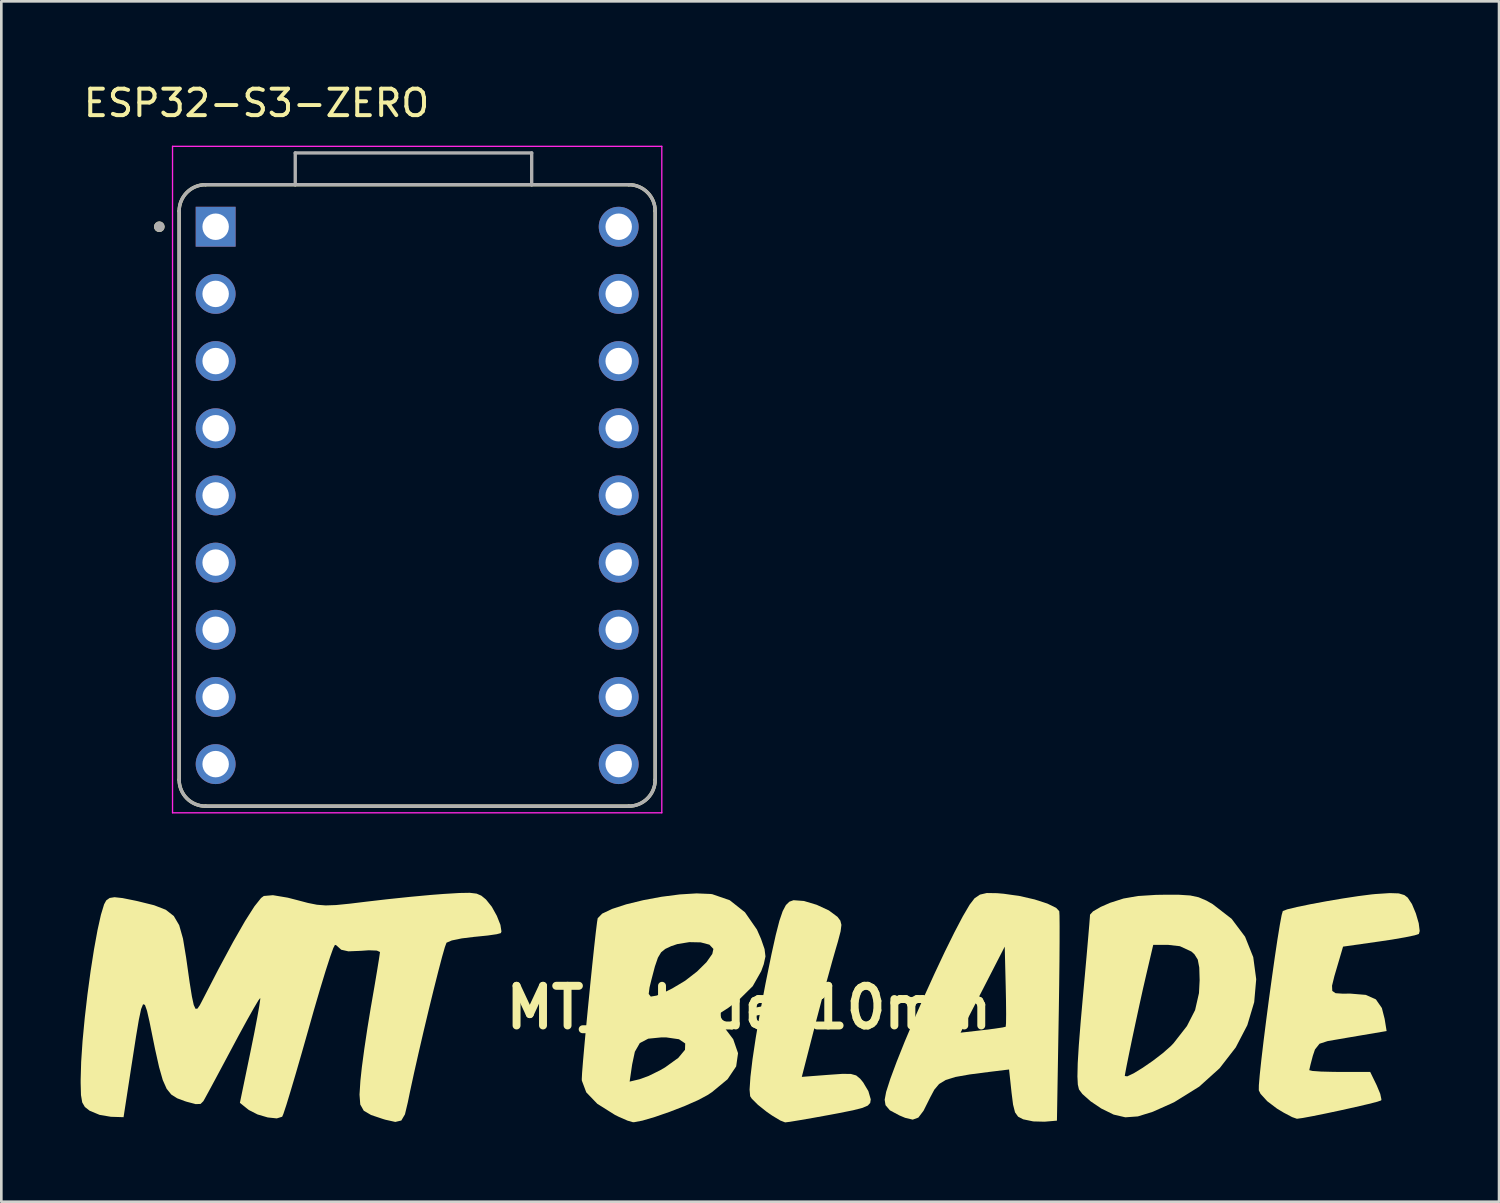
<source format=kicad_pcb>
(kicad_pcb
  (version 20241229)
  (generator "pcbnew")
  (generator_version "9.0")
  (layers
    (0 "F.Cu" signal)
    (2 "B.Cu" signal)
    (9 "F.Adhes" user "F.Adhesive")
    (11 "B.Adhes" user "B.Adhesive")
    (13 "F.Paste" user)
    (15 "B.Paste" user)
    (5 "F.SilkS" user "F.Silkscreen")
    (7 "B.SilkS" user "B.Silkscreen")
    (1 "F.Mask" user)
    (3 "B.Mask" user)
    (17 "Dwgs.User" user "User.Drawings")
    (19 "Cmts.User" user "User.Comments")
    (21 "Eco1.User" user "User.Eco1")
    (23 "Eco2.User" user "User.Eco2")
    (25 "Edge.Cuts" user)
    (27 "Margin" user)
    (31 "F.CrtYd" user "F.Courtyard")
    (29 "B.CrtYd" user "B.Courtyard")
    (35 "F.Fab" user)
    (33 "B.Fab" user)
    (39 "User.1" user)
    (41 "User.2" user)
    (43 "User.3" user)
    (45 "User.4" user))
  (footprint "MT_Blade_10mm"
    (layer "F.Cu")
    (at 25.268 35.047)
    (property "Reference" "MT_Blade_10mm" (at 0 0 0) (layer "F.SilkS") (effects (font (size 1.5 1.5) (thickness 0.3))))
    (attr board_only exclude_from_pos_files exclude_from_bom)
    (fp_poly (pts (xy 2.081 -4.029) (xy 2.562 -3.885) (xy 3.023 -3.672) (xy 3.347 -3.431) (xy 3.349 -3.429) (xy 3.457 -3.287) (xy 3.498 -3.126) (xy 3.467 -2.88) (xy 3.362 -2.482) (xy 3.284 -2.217) (xy 3.144 -1.728) (xy 2.961 -1.063) (xy 2.756 -0.3) (xy 2.55 0.483) (xy 2.498 0.686) (xy 2 2.622) (xy 3.016 2.544) (xy 3.532 2.508) (xy 3.855 2.511) (xy 4.056 2.567) (xy 4.207 2.692) (xy 4.32 2.83) (xy 4.517 3.161) (xy 4.606 3.467) (xy 4.606 3.482) (xy 4.586 3.608) (xy 4.496 3.707) (xy 4.295 3.794) (xy 3.939 3.885) (xy 3.385 3.996) (xy 3.06 4.057) (xy 2.445 4.169) (xy 1.92 4.26) (xy 1.542 4.322) (xy 1.369 4.343) (xy 1.186 4.271) (xy 0.879 4.086) (xy 0.672 3.943) (xy 0.34 3.678) (xy 0.107 3.445) (xy 0.047 3.354) (xy 0.025 3.102) (xy 0.057 2.626) (xy 0.136 1.958) (xy 0.26 1.131) (xy 0.423 0.177) (xy 0.621 -0.871) (xy 0.658 -1.056) (xy 0.853 -2.014) (xy 1.015 -2.744) (xy 1.152 -3.277) (xy 1.277 -3.644) (xy 1.399 -3.875) (xy 1.53 -4.002) (xy 1.68 -4.056) (xy 1.695 -4.058)) (stroke (width 0) (type solid)) (fill yes) (layer "F.SilkS"))
    (fp_poly (pts (xy 9.386 -4.324) (xy 9.639 -4.302) (xy 10.235 -4.217) (xy 10.804 -4.087) (xy 11.285 -3.931) (xy 11.617 -3.769) (xy 11.735 -3.643) (xy 11.744 -3.477) (xy 11.748 -3.081) (xy 11.747 -2.49) (xy 11.742 -1.739) (xy 11.732 -0.862) (xy 11.718 0.108) (xy 11.713 0.395) (xy 11.647 4.277) (xy 11.179 4.317) (xy 10.752 4.306) (xy 10.373 4.227) (xy 10.368 4.225) (xy 10.179 4.127) (xy 10.063 3.965) (xy 9.988 3.671) (xy 9.931 3.219) (xy 9.837 2.343) (xy 9.097 2.433) (xy 8.347 2.53) (xy 7.812 2.625) (xy 7.442 2.739) (xy 7.191 2.892) (xy 7.01 3.107) (xy 6.852 3.404) (xy 6.838 3.433) (xy 6.603 3.903) (xy 6.407 4.161) (xy 6.194 4.239) (xy 5.906 4.17) (xy 5.688 4.078) (xy 5.33 3.886) (xy 5.166 3.693) (xy 5.133 3.487) (xy 5.189 3.189) (xy 5.346 2.698) (xy 5.586 2.052) (xy 5.89 1.291) (xy 6.034 0.95) (xy 8.003 0.95) (xy 8.838 0.855) (xy 9.274 0.801) (xy 9.59 0.754) (xy 9.71 0.726) (xy 9.722 0.59) (xy 9.726 0.244) (xy 9.721 -0.258) (xy 9.71 -0.805) (xy 9.673 -2.303) (xy 8.838 -0.677) (xy 8.003 0.95) (xy 6.034 0.95) (xy 6.242 0.455) (xy 6.624 -0.415) (xy 7.017 -1.28) (xy 7.403 -2.1) (xy 7.766 -2.835) (xy 8.086 -3.445) (xy 8.347 -3.89) (xy 8.531 -4.13) (xy 8.532 -4.132) (xy 8.737 -4.27) (xy 8.993 -4.33)) (stroke (width 0) (type solid)) (fill yes) (layer "F.SilkS"))
    (fp_poly (pts (xy 16.267 -4.264) (xy 16.689 -4.237) (xy 17.005 -4.169) (xy 17.294 -4.046) (xy 17.532 -3.912) (xy 18.251 -3.356) (xy 18.761 -2.677) (xy 19.07 -1.905) (xy 19.182 -1.071) (xy 19.106 -0.203) (xy 18.846 0.667) (xy 18.408 1.509) (xy 17.8 2.294) (xy 17.027 2.991) (xy 16.095 3.57) (xy 15.99 3.621) (xy 15.271 3.942) (xy 14.707 4.117) (xy 14.234 4.151) (xy 13.791 4.048) (xy 13.32 3.816) (xy 12.92 3.546) (xy 12.608 3.269) (xy 12.48 3.096) (xy 12.437 2.913) (xy 12.421 2.592) (xy 12.422 2.589) (xy 14.213 2.589) (xy 14.307 2.602) (xy 14.551 2.486) (xy 14.891 2.278) (xy 15.275 2.013) (xy 15.646 1.728) (xy 15.952 1.459) (xy 16.056 1.35) (xy 16.562 0.701) (xy 16.871 0.097) (xy 17.018 -0.546) (xy 17.043 -1.032) (xy 17.029 -1.512) (xy 16.972 -1.812) (xy 16.848 -2.011) (xy 16.732 -2.117) (xy 16.296 -2.319) (xy 15.855 -2.369) (xy 15.288 -2.369) (xy 15.018 -1.216) (xy 14.901 -0.709) (xy 14.767 -0.102) (xy 14.626 0.55) (xy 14.489 1.193) (xy 14.369 1.772) (xy 14.276 2.233) (xy 14.222 2.522) (xy 14.213 2.589) (xy 12.422 2.589) (xy 12.433 2.107) (xy 12.474 1.431) (xy 12.545 0.54) (xy 12.618 -0.287) (xy 12.698 -1.163) (xy 12.769 -1.956) (xy 12.827 -2.625) (xy 12.87 -3.132) (xy 12.894 -3.439) (xy 12.898 -3.511) (xy 13.011 -3.636) (xy 13.305 -3.806) (xy 13.654 -3.959) (xy 14.164 -4.122) (xy 14.713 -4.217) (xy 15.397 -4.26) (xy 15.661 -4.264)) (stroke (width 0) (type solid)) (fill yes) (layer "F.SilkS"))
    (fp_poly (pts (xy 24.572 -4.316) (xy 24.785 -4.252) (xy 24.91 -4.156) (xy 25.071 -3.913) (xy 25.219 -3.558) (xy 25.327 -3.188) (xy 25.364 -2.893) (xy 25.333 -2.783) (xy 25.176 -2.731) (xy 24.815 -2.656) (xy 24.309 -2.568) (xy 23.858 -2.501) (xy 22.466 -2.303) (xy 22.304 -1.752) (xy 22.137 -1.185) (xy 22.049 -0.825) (xy 22.059 -0.627) (xy 22.182 -0.542) (xy 22.436 -0.525) (xy 22.745 -0.526) (xy 23.326 -0.478) (xy 23.707 -0.308) (xy 23.933 0.018) (xy 24.038 0.428) (xy 24.113 0.889) (xy 23.21 1.042) (xy 22.679 1.132) (xy 22.191 1.216) (xy 21.882 1.269) (xy 21.576 1.369) (xy 21.404 1.586) (xy 21.323 1.824) (xy 21.237 2.151) (xy 21.191 2.352) (xy 21.189 2.369) (xy 21.31 2.398) (xy 21.635 2.421) (xy 22.105 2.433) (xy 22.34 2.435) (xy 23.492 2.435) (xy 23.736 2.936) (xy 23.871 3.26) (xy 23.917 3.477) (xy 23.906 3.512) (xy 23.761 3.562) (xy 23.42 3.649) (xy 22.944 3.76) (xy 22.396 3.882) (xy 21.837 4.001) (xy 21.33 4.104) (xy 20.937 4.177) (xy 20.721 4.206) (xy 20.54 4.143) (xy 20.222 3.975) (xy 19.968 3.822) (xy 19.601 3.544) (xy 19.346 3.265) (xy 19.28 3.131) (xy 19.282 2.942) (xy 19.316 2.542) (xy 19.377 1.972) (xy 19.459 1.277) (xy 19.557 0.499) (xy 19.664 -0.319) (xy 19.776 -1.133) (xy 19.885 -1.902) (xy 19.986 -2.58) (xy 20.075 -3.126) (xy 20.144 -3.497) (xy 20.188 -3.649) (xy 20.354 -3.712) (xy 20.722 -3.801) (xy 21.234 -3.907) (xy 21.83 -4.018) (xy 22.454 -4.124) (xy 23.046 -4.214) (xy 23.547 -4.278) (xy 23.696 -4.292) (xy 24.231 -4.327)) (stroke (width 0) (type solid)) (fill yes) (layer "F.SilkS"))
    (fp_poly (pts (xy -1.448 -4.294) (xy -1.387 -4.286) (xy -0.724 -4.057) (xy -0.149 -3.601) (xy 0.303 -2.948) (xy 0.457 -2.599) (xy 0.592 -2.209) (xy 0.626 -1.932) (xy 0.561 -1.638) (xy 0.465 -1.374) (xy 0.144 -0.807) (xy -0.387 -0.282) (xy -0.421 -0.255) (xy -0.784 0.015) (xy -1.077 0.203) (xy -1.221 0.263) (xy -1.236 0.345) (xy -1.096 0.549) (xy -1.028 0.625) (xy -0.594 1.197) (xy -0.411 1.726) (xy -0.482 2.226) (xy -0.808 2.712) (xy -1.394 3.197) (xy -1.57 3.313) (xy -1.931 3.505) (xy -2.43 3.724) (xy -2.994 3.943) (xy -3.551 4.136) (xy -4.026 4.276) (xy -4.348 4.337) (xy -4.383 4.337) (xy -4.589 4.277) (xy -4.922 4.131) (xy -5.067 4.059) (xy -5.731 3.642) (xy -6.15 3.207) (xy -6.303 2.801) (xy -4.51 2.801) (xy -4.13 2.71) (xy -3.791 2.586) (xy -3.365 2.376) (xy -3.171 2.264) (xy -2.671 1.904) (xy -2.417 1.598) (xy -2.409 1.359) (xy -2.644 1.199) (xy -3.122 1.13) (xy -3.302 1.128) (xy -3.807 1.178) (xy -4.125 1.343) (xy -4.313 1.672) (xy -4.416 2.157) (xy -4.51 2.801) (xy -6.303 2.801) (xy -6.317 2.764) (xy -6.32 2.706) (xy -6.308 2.47) (xy -6.273 2.028) (xy -6.22 1.427) (xy -6.154 0.714) (xy -6.079 -0.062) (xy -6.034 -0.515) (xy -3.789 -0.515) (xy -3.711 -0.414) (xy -3.487 -0.452) (xy -3.085 -0.629) (xy -2.895 -0.724) (xy -2.409 -1.015) (xy -1.961 -1.362) (xy -1.603 -1.716) (xy -1.384 -2.028) (xy -1.343 -2.216) (xy -1.494 -2.377) (xy -1.823 -2.464) (xy -2.253 -2.473) (xy -2.708 -2.399) (xy -2.941 -2.32) (xy -3.161 -2.217) (xy -3.319 -2.089) (xy -3.441 -1.885) (xy -3.555 -1.552) (xy -3.69 -1.037) (xy -3.758 -0.757) (xy -3.789 -0.515) (xy -6.034 -0.515) (xy -6.001 -0.853) (xy -5.923 -1.613) (xy -5.851 -2.294) (xy -5.789 -2.848) (xy -5.742 -3.227) (xy -5.718 -3.376) (xy -5.55 -3.55) (xy -5.172 -3.729) (xy -4.637 -3.903) (xy -3.998 -4.059) (xy -3.306 -4.188) (xy -2.616 -4.277) (xy -1.979 -4.316)) (stroke (width 0) (type solid)) (fill yes) (layer "F.SilkS"))
    (fp_poly (pts (xy -10.296 -4.307) (xy -10.118 -4.23) (xy -9.956 -4.098) (xy -9.937 -4.08) (xy -9.724 -3.814) (xy -9.531 -3.467) (xy -9.396 -3.126) (xy -9.357 -2.875) (xy -9.381 -2.814) (xy -9.534 -2.773) (xy -9.878 -2.723) (xy -10.341 -2.676) (xy -10.381 -2.673) (xy -10.86 -2.614) (xy -11.236 -2.536) (xy -11.431 -2.453) (xy -11.435 -2.449) (xy -11.496 -2.286) (xy -11.604 -1.908) (xy -11.748 -1.359) (xy -11.919 -0.681) (xy -12.107 0.085) (xy -12.3 0.894) (xy -12.488 1.705) (xy -12.662 2.475) (xy -12.811 3.162) (xy -12.898 3.586) (xy -13.006 4.039) (xy -13.143 4.272) (xy -13.37 4.326) (xy -13.746 4.242) (xy -13.826 4.218) (xy -14.286 4.064) (xy -14.563 3.902) (xy -14.696 3.666) (xy -14.724 3.293) (xy -14.691 2.773) (xy -14.635 2.253) (xy -14.542 1.559) (xy -14.425 0.778) (xy -14.297 -0.006) (xy -14.278 -0.112) (xy -14.161 -0.787) (xy -14.063 -1.37) (xy -13.991 -1.813) (xy -13.954 -2.064) (xy -13.95 -2.1) (xy -14.068 -2.153) (xy -14.372 -2.165) (xy -14.656 -2.145) (xy -15.146 -2.125) (xy -15.418 -2.186) (xy -15.454 -2.221) (xy -15.609 -2.359) (xy -15.653 -2.369) (xy -15.716 -2.248) (xy -15.838 -1.906) (xy -16.008 -1.379) (xy -16.215 -0.699) (xy -16.449 0.099) (xy -16.654 0.823) (xy -16.903 1.7) (xy -17.133 2.495) (xy -17.333 3.17) (xy -17.493 3.692) (xy -17.603 4.024) (xy -17.648 4.129) (xy -17.852 4.192) (xy -18.194 4.156) (xy -18.579 4.043) (xy -18.91 3.874) (xy -18.958 3.837) (xy -19.247 3.603) (xy -18.841 1.643) (xy -18.703 0.961) (xy -18.591 0.377) (xy -18.513 -0.064) (xy -18.477 -0.318) (xy -18.478 -0.36) (xy -18.55 -0.265) (xy -18.723 0.026) (xy -18.976 0.475) (xy -19.286 1.043) (xy -19.518 1.477) (xy -19.864 2.126) (xy -20.172 2.702) (xy -20.419 3.16) (xy -20.581 3.457) (xy -20.629 3.541) (xy -20.734 3.645) (xy -20.918 3.652) (xy -21.257 3.563) (xy -21.326 3.541) (xy -21.618 3.432) (xy -21.842 3.29) (xy -22.017 3.072) (xy -22.164 2.74) (xy -22.303 2.251) (xy -22.456 1.566) (xy -22.549 1.108) (xy -22.666 0.53) (xy -22.759 0.124) (xy -22.837 -0.099) (xy -22.908 -0.125) (xy -22.982 0.058) (xy -23.068 0.462) (xy -23.175 1.099) (xy -23.312 1.981) (xy -23.342 2.172) (xy -23.646 4.146) (xy -24.124 4.131) (xy -24.551 4.059) (xy -24.924 3.904) (xy -24.935 3.898) (xy -25.109 3.76) (xy -25.209 3.588) (xy -25.256 3.309) (xy -25.268 2.853) (xy -25.268 2.728) (xy -25.249 2.053) (xy -25.196 1.262) (xy -25.114 0.398) (xy -25.011 -0.496) (xy -24.892 -1.377) (xy -24.763 -2.201) (xy -24.631 -2.926) (xy -24.502 -3.507) (xy -24.382 -3.902) (xy -24.301 -4.051) (xy -24.172 -4.143) (xy -23.988 -4.172) (xy -23.685 -4.139) (xy -23.2 -4.041) (xy -23.105 -4.02) (xy -22.491 -3.868) (xy -22.05 -3.697) (xy -21.747 -3.461) (xy -21.542 -3.113) (xy -21.399 -2.607) (xy -21.281 -1.894) (xy -21.255 -1.711) (xy -21.147 -0.948) (xy -21.062 -0.42) (xy -20.992 -0.097) (xy -20.925 0.048) (xy -20.851 0.041) (xy -20.762 -0.089) (xy -20.705 -0.197) (xy -20.057 -1.452) (xy -19.506 -2.476) (xy -19.053 -3.268) (xy -18.699 -3.824) (xy -18.446 -4.142) (xy -18.343 -4.218) (xy -17.997 -4.248) (xy -17.437 -4.154) (xy -17.084 -4.063) (xy -16.671 -3.954) (xy -16.334 -3.887) (xy -16.006 -3.861) (xy -15.615 -3.875) (xy -15.093 -3.927) (xy -14.477 -4.002) (xy -13.684 -4.094) (xy -12.832 -4.183) (xy -12.035 -4.257) (xy -11.545 -4.295) (xy -10.948 -4.331) (xy -10.553 -4.338)) (stroke (width 0) (type solid)) (fill yes) (layer "F.SilkS")))
  (footprint "ESP32-S3-ZERO"
    (layer "F.Cu")
    (at 12.724 15.683)
    (property "Reference" "ESP32-S3-ZERO" (at -6.075 -14.835 0) (layer "F.SilkS") (effects (font (size 1 1) (thickness 0.15))))
    (attr through_hole)
    (fp_line (start -9 10.75) (end -9 -10.75) (stroke (width 0.127) (type solid)) (layer "F.SilkS"))
    (fp_line (start -8 -11.75) (end -4.61 -11.75) (stroke (width 0.127) (type solid)) (layer "F.SilkS"))
    (fp_line (start -4.61 -11.75) (end 4.33 -11.75) (stroke (width 0.127) (type solid)) (layer "F.SilkS"))
    (fp_line (start 4.33 -11.75) (end 8 -11.75) (stroke (width 0.127) (type solid)) (layer "F.SilkS"))
    (fp_line (start 8 11.75) (end -8 11.75) (stroke (width 0.127) (type solid)) (layer "F.SilkS"))
    (fp_line (start 9 -10.75) (end 9 10.75) (stroke (width 0.127) (type solid)) (layer "F.SilkS"))
    (fp_arc (start -9 -10.75) (mid -8.707107 -11.457107) (end -8 -11.75) (stroke (width 0.127) (type solid)) (layer "F.SilkS"))
    (fp_arc (start -8 11.75) (mid -8.707107 11.457107) (end -9 10.75) (stroke (width 0.127) (type solid)) (layer "F.SilkS"))
    (fp_arc (start 8 -11.75) (mid 8.707107 -11.457107) (end 9 -10.75) (stroke (width 0.127) (type solid)) (layer "F.SilkS"))
    (fp_arc (start 9 10.75) (mid 8.707107 11.457107) (end 8 11.75) (stroke (width 0.127) (type solid)) (layer "F.SilkS"))
    (fp_circle (center -9.75 -10.16) (end -9.65 -10.16) (stroke (width 0.2) (type solid)) (fill no) (layer "F.SilkS"))
    (fp_line (start -9.25 -13.2) (end -9.25 12) (stroke (width 0.05) (type solid)) (layer "F.CrtYd"))
    (fp_line (start -9.25 12) (end 9.25 12) (stroke (width 0.05) (type solid)) (layer "F.CrtYd"))
    (fp_line (start 9.25 -13.2) (end -9.25 -13.2) (stroke (width 0.05) (type solid)) (layer "F.CrtYd"))
    (fp_line (start 9.25 12) (end 9.25 -13.2) (stroke (width 0.05) (type solid)) (layer "F.CrtYd"))
    (fp_line (start -9 10.75) (end -9 -10.75) (stroke (width 0.127) (type solid)) (layer "F.Fab"))
    (fp_line (start -8 -11.75) (end -4.61 -11.75) (stroke (width 0.127) (type solid)) (layer "F.Fab"))
    (fp_line (start -4.61 -12.95) (end 4.33 -12.95) (stroke (width 0.127) (type solid)) (layer "F.Fab"))
    (fp_line (start -4.61 -11.75) (end -4.61 -12.95) (stroke (width 0.127) (type solid)) (layer "F.Fab"))
    (fp_line (start -4.61 -11.75) (end 4.33 -11.75) (stroke (width 0.127) (type solid)) (layer "F.Fab"))
    (fp_line (start 4.33 -12.95) (end 4.33 -11.75) (stroke (width 0.127) (type solid)) (layer "F.Fab"))
    (fp_line (start 4.33 -11.75) (end 8 -11.75) (stroke (width 0.127) (type solid)) (layer "F.Fab"))
    (fp_line (start 8 11.75) (end -8 11.75) (stroke (width 0.127) (type solid)) (layer "F.Fab"))
    (fp_line (start 9 -10.75) (end 9 10.75) (stroke (width 0.127) (type solid)) (layer "F.Fab"))
    (fp_arc (start -9 -10.75) (mid -8.707107 -11.457107) (end -8 -11.75) (stroke (width 0.127) (type solid)) (layer "F.Fab"))
    (fp_arc (start -8 11.75) (mid -8.707107 11.457107) (end -9 10.75) (stroke (width 0.127) (type solid)) (layer "F.Fab"))
    (fp_arc (start 8 -11.75) (mid 8.707107 -11.457107) (end 9 -10.75) (stroke (width 0.127) (type solid)) (layer "F.Fab"))
    (fp_arc (start 9 10.75) (mid 8.707107 11.457107) (end 8 11.75) (stroke (width 0.127) (type solid)) (layer "F.Fab"))
    (fp_circle (center -9.75 -10.16) (end -9.65 -10.16) (stroke (width 0.2) (type solid)) (fill no) (layer "F.Fab"))
    (pad "1" thru_hole circle (at -7.62 -2.54) (size 1.508 1.508) (drill 1) (layers "*.Cu" "*.Mask"))
    (pad "2" thru_hole circle (at -7.62 0) (size 1.508 1.508) (drill 1) (layers "*.Cu" "*.Mask"))
    (pad "3" thru_hole circle (at -7.62 2.54) (size 1.508 1.508) (drill 1) (layers "*.Cu" "*.Mask"))
    (pad "3V3" thru_hole circle (at -7.62 -5.08) (size 1.508 1.508) (drill 1) (layers "*.Cu" "*.Mask"))
    (pad "4" thru_hole circle (at -7.62 5.08) (size 1.508 1.508) (drill 1) (layers "*.Cu" "*.Mask"))
    (pad "5" thru_hole circle (at -7.62 7.62) (size 1.508 1.508) (drill 1) (layers "*.Cu" "*.Mask"))
    (pad "5V" thru_hole rect (at -7.62 -10.16) (size 1.508 1.508) (drill 1) (layers "*.Cu" "*.Mask"))
    (pad "6" thru_hole circle (at -7.62 10.16) (size 1.508 1.508) (drill 1) (layers "*.Cu" "*.Mask"))
    (pad "7" thru_hole circle (at 7.62 10.16) (size 1.508 1.508) (drill 1) (layers "*.Cu" "*.Mask"))
    (pad "8" thru_hole circle (at 7.62 7.62) (size 1.508 1.508) (drill 1) (layers "*.Cu" "*.Mask"))
    (pad "9" thru_hole circle (at 7.62 5.08) (size 1.508 1.508) (drill 1) (layers "*.Cu" "*.Mask"))
    (pad "10" thru_hole circle (at 7.62 2.54) (size 1.508 1.508) (drill 1) (layers "*.Cu" "*.Mask"))
    (pad "11" thru_hole circle (at 7.62 0) (size 1.508 1.508) (drill 1) (layers "*.Cu" "*.Mask"))
    (pad "12" thru_hole circle (at 7.62 -2.54) (size 1.508 1.508) (drill 1) (layers "*.Cu" "*.Mask"))
    (pad "13" thru_hole circle (at 7.62 -5.08) (size 1.508 1.508) (drill 1) (layers "*.Cu" "*.Mask"))
    (pad "GND" thru_hole circle (at -7.62 -7.62) (size 1.508 1.508) (drill 1) (layers "*.Cu" "*.Mask"))
    (pad "RX" thru_hole circle (at 7.62 -7.62) (size 1.508 1.508) (drill 1) (layers "*.Cu" "*.Mask"))
    (pad "TX" thru_hole circle (at 7.62 -10.16) (size 1.508 1.508) (drill 1) (layers "*.Cu" "*.Mask")))
  (gr_rect
    (start -3 -3)
    (end 53.632 42.39)
    (stroke (width 0.1) (type default))
    (fill no)
    (layer "Edge.Cuts")))
</source>
